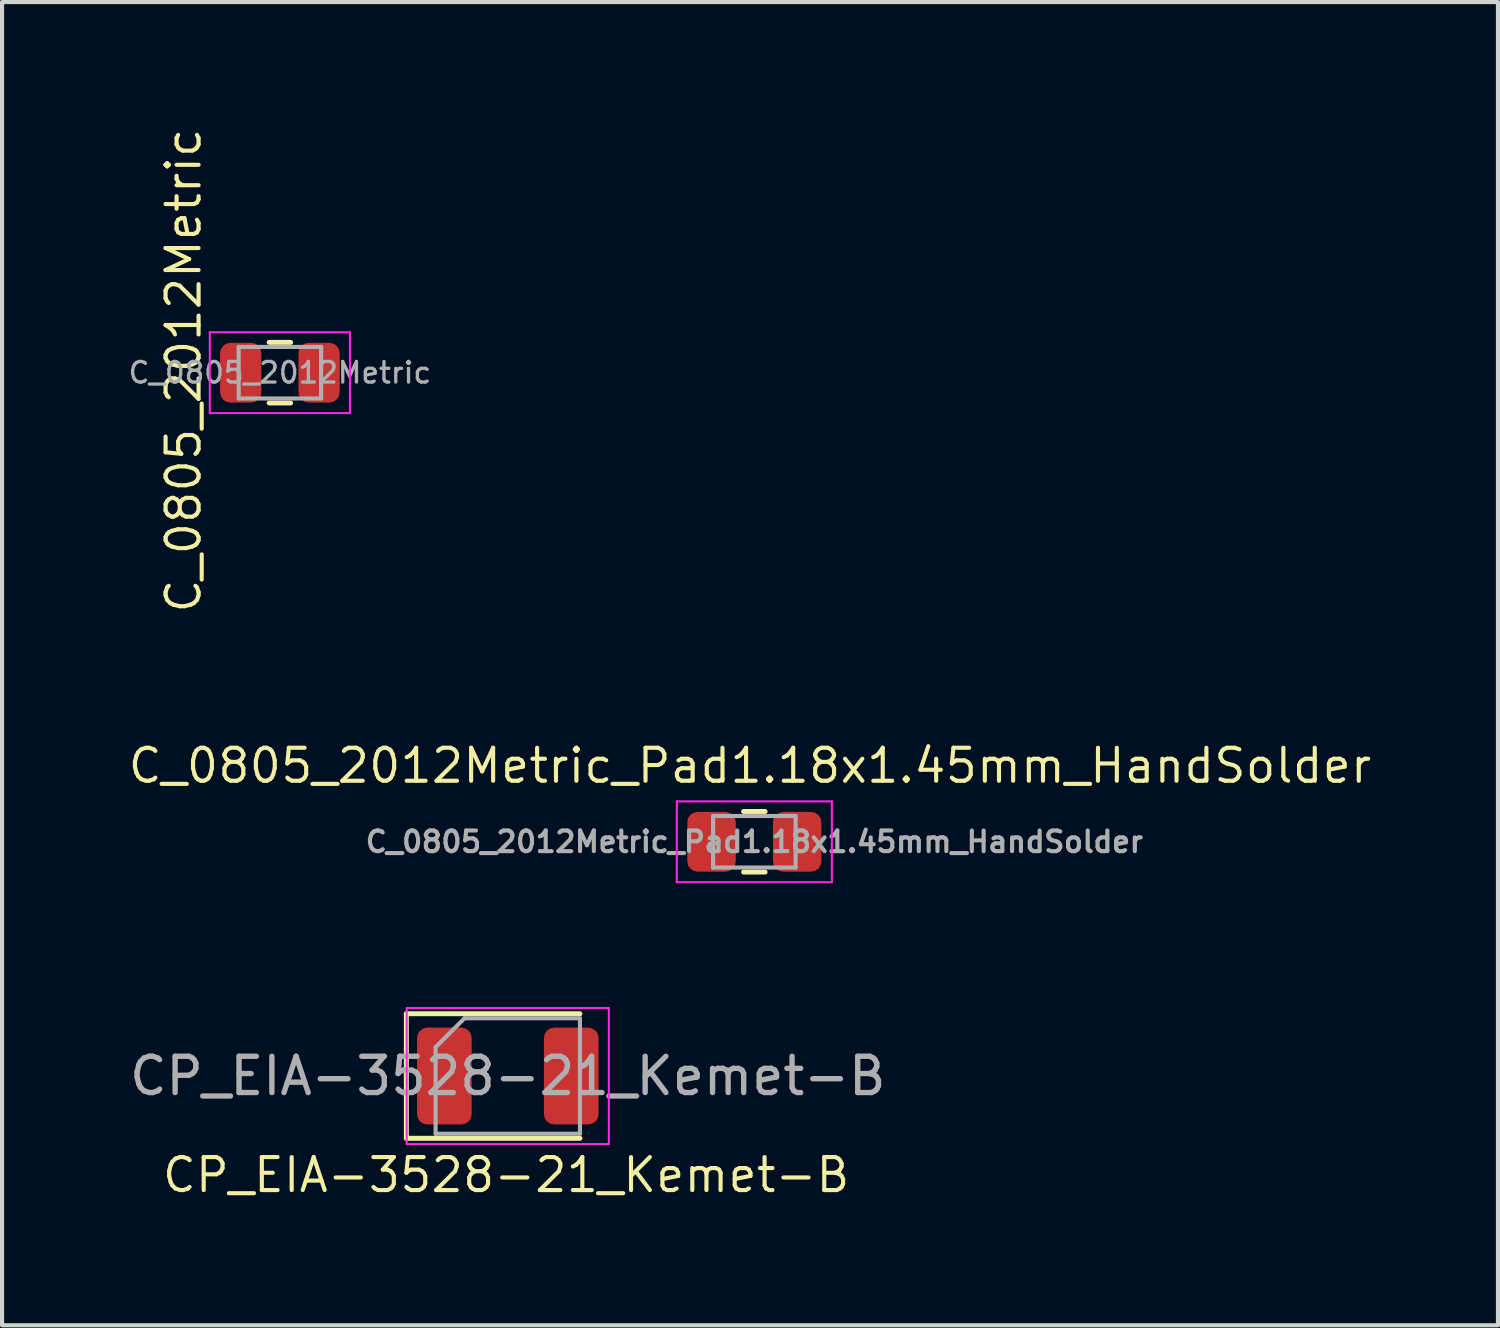
<source format=kicad_pcb>
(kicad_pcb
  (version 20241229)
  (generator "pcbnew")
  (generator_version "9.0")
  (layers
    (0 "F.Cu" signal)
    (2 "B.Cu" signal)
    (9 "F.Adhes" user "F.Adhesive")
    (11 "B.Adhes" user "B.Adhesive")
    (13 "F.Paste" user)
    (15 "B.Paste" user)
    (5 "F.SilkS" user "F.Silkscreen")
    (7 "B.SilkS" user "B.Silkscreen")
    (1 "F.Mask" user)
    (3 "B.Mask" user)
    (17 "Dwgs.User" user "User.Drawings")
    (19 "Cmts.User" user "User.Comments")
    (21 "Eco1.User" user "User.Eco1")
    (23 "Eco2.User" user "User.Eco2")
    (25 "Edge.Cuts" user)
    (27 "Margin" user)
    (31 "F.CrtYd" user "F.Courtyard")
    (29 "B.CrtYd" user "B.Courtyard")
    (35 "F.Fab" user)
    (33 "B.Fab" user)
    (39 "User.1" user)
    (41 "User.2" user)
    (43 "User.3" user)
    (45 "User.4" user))
  (footprint "C_0805_2012Metric"
    (layer "F.Cu")
    (at 3.737 5.987)
    (property "Reference" "C_0805_2012Metric" (at -2.337 -0.051 270) (layer "F.SilkS") (effects (font (size 0.8 0.8) (thickness 0.1))))
    (attr smd)
    (fp_line (start 0.261 -0.735) (end -0.261 -0.735) (stroke (width 0.12) (type solid)) (layer "F.SilkS"))
    (fp_line (start 0.261 0.735) (end -0.261 0.735) (stroke (width 0.12) (type solid)) (layer "F.SilkS"))
    (fp_line (start -1.7 -0.98) (end -1.7 0.98) (stroke (width 0.05) (type solid)) (layer "F.CrtYd"))
    (fp_line (start -1.7 0.98) (end 1.7 0.98) (stroke (width 0.05) (type solid)) (layer "F.CrtYd"))
    (fp_line (start 1.7 -0.98) (end -1.7 -0.98) (stroke (width 0.05) (type solid)) (layer "F.CrtYd"))
    (fp_line (start 1.7 0.98) (end 1.7 -0.98) (stroke (width 0.05) (type solid)) (layer "F.CrtYd"))
    (fp_line (start -1 -0.625) (end -1 0.625) (stroke (width 0.1) (type solid)) (layer "F.Fab"))
    (fp_line (start -1 0.625) (end 1 0.625) (stroke (width 0.1) (type solid)) (layer "F.Fab"))
    (fp_line (start 1 -0.625) (end -1 -0.625) (stroke (width 0.1) (type solid)) (layer "F.Fab"))
    (fp_line (start 1 0.625) (end 1 -0.625) (stroke (width 0.1) (type solid)) (layer "F.Fab"))
    (fp_text user "${REFERENCE}" (at 0 0 0) (layer "F.Fab") (effects (font (size 0.5 0.5) (thickness 0.08))))
    (pad "1" smd roundrect (at -0.95 0) (size 1 1.45) (layers "F.Cu" "F.Mask" "F.Paste") (roundrect_rratio 0.25))
    (pad "2" smd roundrect (at 0.95 0) (size 1 1.45) (layers "F.Cu" "F.Mask" "F.Paste") (roundrect_rratio 0.25)))
  (footprint "C_0805_2012Metric_Pad1.18x1.45mm_HandSolder"
    (layer "F.Cu")
    (at 15.242 17.362)
    (property "Reference" "C_0805_2012Metric_Pad1.18x1.45mm_HandSolder" (at -0.106 -1.845 180) (layer "F.SilkS") (effects (font (size 0.8 0.8) (thickness 0.1))))
    (attr smd)
    (fp_line (start 0.261 -0.735) (end -0.261 -0.735) (stroke (width 0.12) (type solid)) (layer "F.SilkS"))
    (fp_line (start 0.261 0.735) (end -0.261 0.735) (stroke (width 0.12) (type solid)) (layer "F.SilkS"))
    (fp_line (start -1.88 -0.98) (end -1.88 0.98) (stroke (width 0.05) (type solid)) (layer "F.CrtYd"))
    (fp_line (start -1.88 0.98) (end 1.88 0.98) (stroke (width 0.05) (type solid)) (layer "F.CrtYd"))
    (fp_line (start 1.88 -0.98) (end -1.88 -0.98) (stroke (width 0.05) (type solid)) (layer "F.CrtYd"))
    (fp_line (start 1.88 0.98) (end 1.88 -0.98) (stroke (width 0.05) (type solid)) (layer "F.CrtYd"))
    (fp_line (start -1 -0.625) (end -1 0.625) (stroke (width 0.1) (type solid)) (layer "F.Fab"))
    (fp_line (start -1 0.625) (end 1 0.625) (stroke (width 0.1) (type solid)) (layer "F.Fab"))
    (fp_line (start 1 -0.625) (end -1 -0.625) (stroke (width 0.1) (type solid)) (layer "F.Fab"))
    (fp_line (start 1 0.625) (end 1 -0.625) (stroke (width 0.1) (type solid)) (layer "F.Fab"))
    (fp_text user "${REFERENCE}" (at 0 0 180) (layer "F.Fab") (effects (font (size 0.5 0.5) (thickness 0.1))))
    (pad "1" smd roundrect (at -1.038 0) (size 1.175 1.45) (layers "F.Cu" "F.Mask" "F.Paste") (roundrect_rratio 0.213))
    (pad "2" smd roundrect (at 1.038 0) (size 1.175 1.45) (layers "F.Cu" "F.Mask" "F.Paste") (roundrect_rratio 0.213)))
  (footprint "CP_EIA-3528-21_Kemet-B"
    (layer "F.Cu")
    (at 9.263 23.042)
    (property "Reference" "CP_EIA-3528-21_Kemet-B" (at -0.04 2.4 180) (layer "F.SilkS") (effects (font (size 0.8 0.8) (thickness 0.1))))
    (attr smd)
    (fp_line (start -2.46 -1.51) (end -2.46 1.51) (stroke (width 0.12) (type solid)) (layer "F.SilkS"))
    (fp_line (start -2.46 1.51) (end 1.75 1.51) (stroke (width 0.12) (type solid)) (layer "F.SilkS"))
    (fp_line (start 1.75 -1.51) (end -2.46 -1.51) (stroke (width 0.12) (type solid)) (layer "F.SilkS"))
    (fp_line (start -2.45 -1.65) (end 2.45 -1.65) (stroke (width 0.05) (type solid)) (layer "F.CrtYd"))
    (fp_line (start -2.45 1.65) (end -2.45 -1.65) (stroke (width 0.05) (type solid)) (layer "F.CrtYd"))
    (fp_line (start 2.45 -1.65) (end 2.45 1.65) (stroke (width 0.05) (type solid)) (layer "F.CrtYd"))
    (fp_line (start 2.45 1.65) (end -2.45 1.65) (stroke (width 0.05) (type solid)) (layer "F.CrtYd"))
    (fp_line (start -1.75 -0.7) (end -1.75 1.4) (stroke (width 0.1) (type solid)) (layer "F.Fab"))
    (fp_line (start -1.75 1.4) (end 1.75 1.4) (stroke (width 0.1) (type solid)) (layer "F.Fab"))
    (fp_line (start -1.05 -1.4) (end -1.75 -0.7) (stroke (width 0.1) (type solid)) (layer "F.Fab"))
    (fp_line (start 1.75 -1.4) (end -1.05 -1.4) (stroke (width 0.1) (type solid)) (layer "F.Fab"))
    (fp_line (start 1.75 1.4) (end 1.75 -1.4) (stroke (width 0.1) (type solid)) (layer "F.Fab"))
    (fp_text user "${REFERENCE}" (at 0 0 180) (layer "F.Fab") (effects (font (size 0.88 0.88) (thickness 0.13))))
    (pad "1" smd roundrect (at -1.538 0) (size 1.325 2.35) (layers "F.Cu" "F.Mask" "F.Paste") (roundrect_rratio 0.189))
    (pad "2" smd roundrect (at 1.538 0) (size 1.325 2.35) (layers "F.Cu" "F.Mask" "F.Paste") (roundrect_rratio 0.189)))
  (gr_rect
    (start -3 -3)
    (end 33.273 29.086)
    (stroke (width 0.1) (type default))
    (fill no)
    (layer "Edge.Cuts")))
</source>
